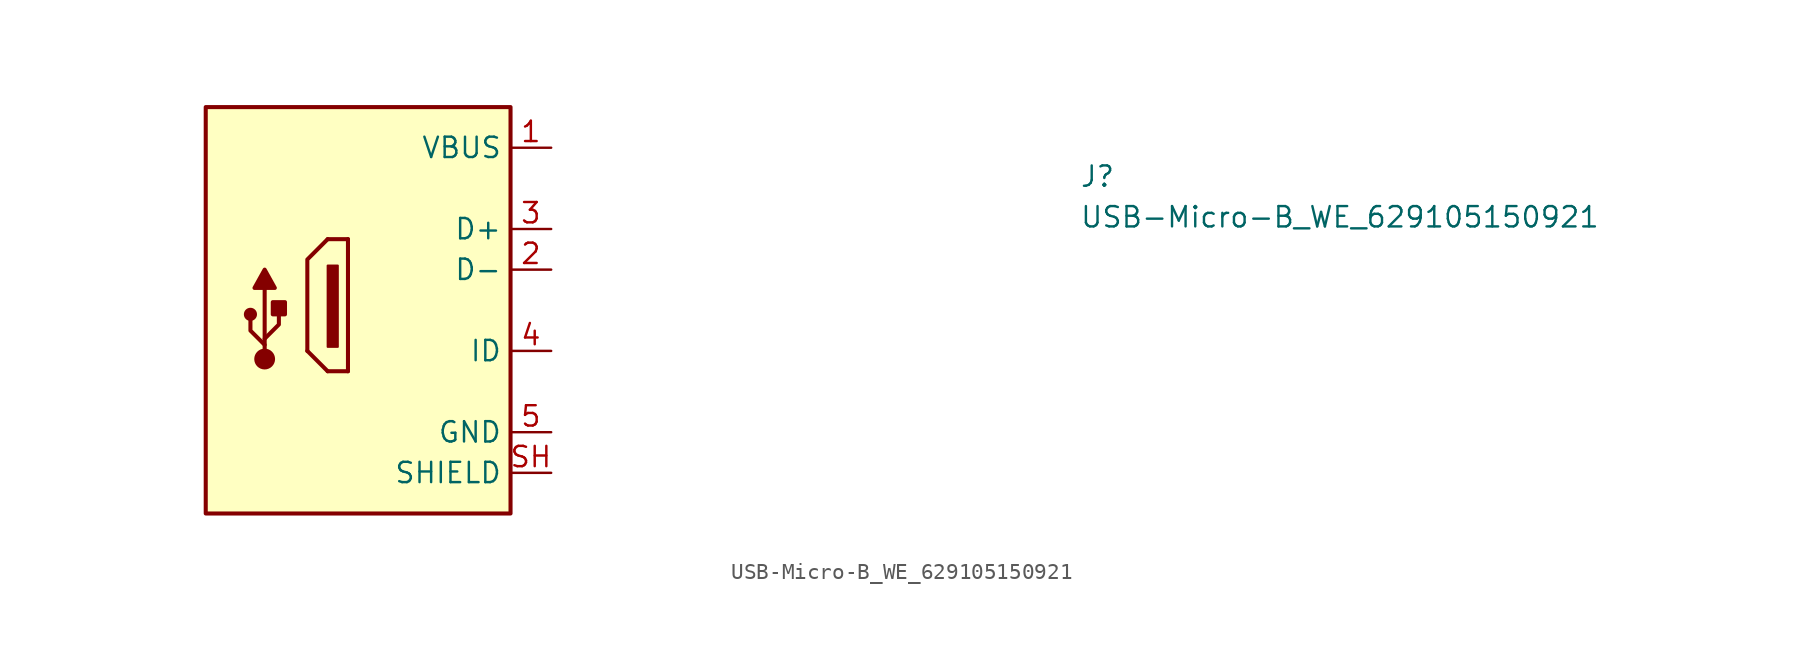
<source format=kicad_sym>
(kicad_symbol_lib
  (version 20220914)
  (generator kicad_symbol_editor)
  (symbol "USB-Micro-B_WE_629105150921"
    (property "Reference" "J"
      (at 33.02 -2.54 0)
      (effects (font (size 1.27 1.27) (thickness 0.15)) (justify left bottom)))
    (property "Value" "USB-Micro-B_WE_629105150921"
      (at 33.02 -5.08 0)
      (effects (font (size 1.27 1.27) (thickness 0.15)) (justify left bottom)))
    (symbol "USB-Micro-B_WE_629105150921_0_1"
      (rectangle (start -13.335 -7.366) (end -13.97 -12.446) (stroke (width 0.127) (type default)) (fill (type outline)))
      (polyline (pts (xy -13.97 -13.97) (xy -15.24 -12.7)) (stroke (width 0.254) (type default)) (fill (type none)))
      (polyline (pts (xy -12.7 -13.97) (xy -13.97 -13.97)) (stroke (width 0.254) (type default)) (fill (type none)))
      (polyline (pts (xy -12.7 -13.97) (xy -12.7 -5.715)) (stroke (width 0.254) (type default)) (fill (type none)))
      (polyline (pts (xy -12.7 -5.715) (xy -13.97 -5.715)) (stroke (width 0.254) (type default)) (fill (type none)))
      (polyline (pts (xy -13.97 -5.715) (xy -15.24 -6.985) (xy -15.24 -12.7)) (stroke (width 0.254) (type default)) (fill (type none))))
    (symbol "USB-Micro-B_WE_629105150921_1_1"
      (rectangle (start -21.59 2.54) (end -2.54 -22.86) (stroke (width 0.254) (type default)) (fill (type background)))
      (circle (center -18.796 -10.414) (radius 0.284) (stroke (width 0.254) (type default)) (fill (type outline)))
      (circle (center -17.907 -13.208) (radius 0.524) (stroke (width 0.254) (type default)) (fill (type outline)))
      (rectangle (start -17.399 -10.414) (end -16.637 -9.652) (stroke (width 0.254) (type default)) (fill (type outline)))
      (polyline (pts (xy -17.907 -13.081) (xy -17.907 -8.763)) (stroke (width 0.254) (type default)) (fill (type background)))
      (polyline (pts (xy -17.907 -12.319) (xy -18.796 -11.43) (xy -18.796 -10.795)) (stroke (width 0.254) (type default)) (fill (type background)))
      (polyline (pts (xy -17.907 -11.938) (xy -17.018 -11.049) (xy -17.018 -10.414)) (stroke (width 0.254) (type default)) (fill (type background)))
      (polyline (pts (xy -18.542 -8.763) (xy -17.907 -7.62) (xy -17.272 -8.763) (xy -18.542 -8.763)) (stroke (width 0.254) (type default)) (fill (type outline)))
      (pin passive line (at 0 0 180) (length 2.54) (name "VBUS" (effects (font (size 1.27 1.27)))) (number "1" (effects (font (size 1.27 1.27)))))
      (pin bidirectional line (at 0 -7.62 180) (length 2.54) (name "D-" (effects (font (size 1.27 1.27)))) (number "2" (effects (font (size 1.27 1.27)))))
      (pin bidirectional line (at 0 -5.08 180) (length 2.54) (name "D+" (effects (font (size 1.27 1.27)))) (number "3" (effects (font (size 1.27 1.27)))))
      (pin bidirectional line (at 0 -12.7 180) (length 2.54) (name "ID" (effects (font (size 1.27 1.27)))) (number "4" (effects (font (size 1.27 1.27)))))
      (pin power_in line (at 0 -17.78 180) (length 2.54) (name "GND" (effects (font (size 1.27 1.27)))) (number "5" (effects (font (size 1.27 1.27)))))
      (pin passive line (at 0 -20.32 180) (length 2.54) (name "SHIELD" (effects (font (size 1.27 1.27)))) (number "SH" (effects (font (size 1.27 1.27))))))))
</source>
